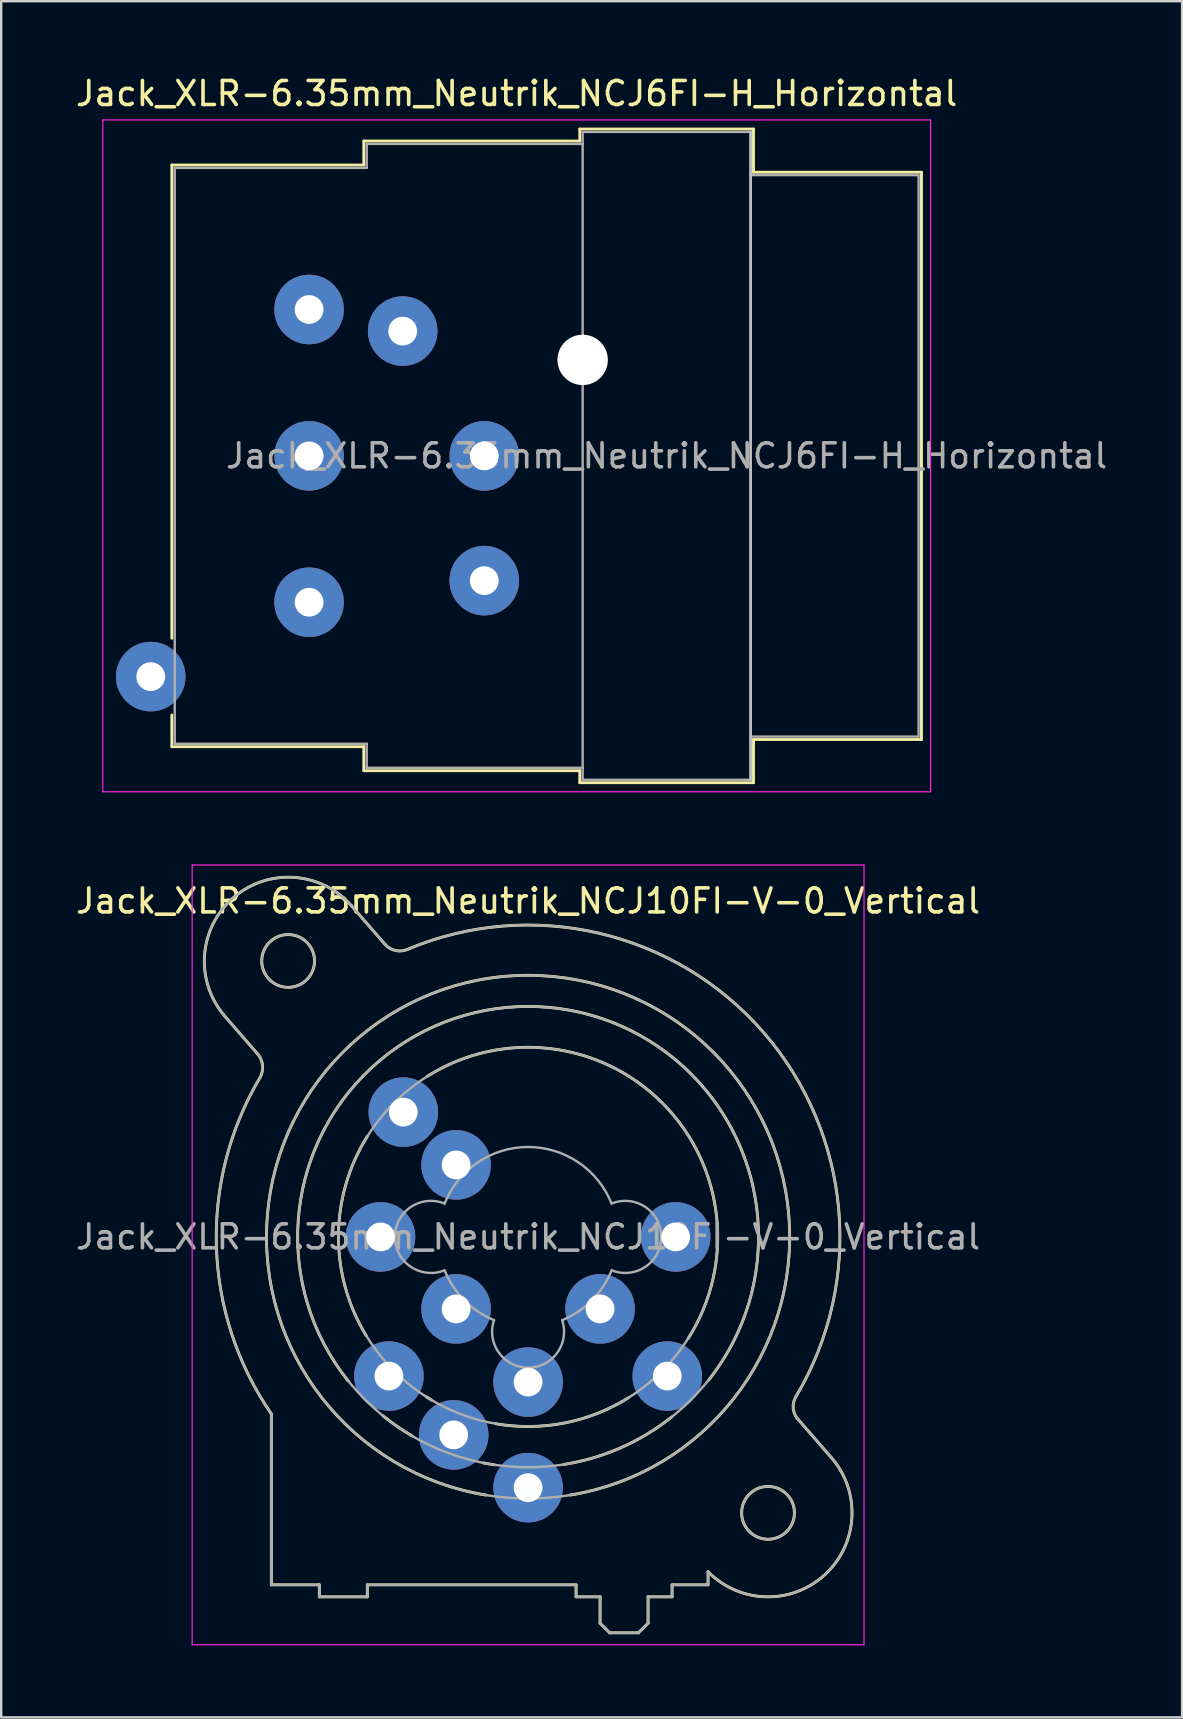
<source format=kicad_pcb>
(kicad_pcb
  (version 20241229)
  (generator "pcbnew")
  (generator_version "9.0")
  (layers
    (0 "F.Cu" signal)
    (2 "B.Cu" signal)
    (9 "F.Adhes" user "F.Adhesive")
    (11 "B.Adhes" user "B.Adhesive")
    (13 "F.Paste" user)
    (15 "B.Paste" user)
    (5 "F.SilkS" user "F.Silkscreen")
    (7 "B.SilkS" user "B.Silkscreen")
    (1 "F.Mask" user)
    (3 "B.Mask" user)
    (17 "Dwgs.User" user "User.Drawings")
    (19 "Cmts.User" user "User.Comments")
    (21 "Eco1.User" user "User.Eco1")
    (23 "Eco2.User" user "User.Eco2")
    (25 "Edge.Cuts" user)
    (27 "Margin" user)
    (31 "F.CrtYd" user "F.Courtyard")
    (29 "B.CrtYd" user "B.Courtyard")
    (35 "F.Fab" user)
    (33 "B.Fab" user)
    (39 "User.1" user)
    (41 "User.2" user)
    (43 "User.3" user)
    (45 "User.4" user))
  (footprint "Jack_XLR-6.35mm_Neutrik_NCJ10FI-V-0_Vertical"
    (layer "F.Cu")
    (at 25.108 48.498)
    (property "Reference" "Jack_XLR-6.35mm_Neutrik_NCJ10FI-V-0_Vertical" (at -6.15 -14 0) (layer "F.SilkS") (effects (font (size 1 1) (thickness 0.15))))
    (attr through_hole)
    (fp_line (start -17.4 -7.6) (end -18.79 -9.2) (stroke (width 0.12) (type solid)) (layer "F.SilkS"))
    (fp_line (start -16.85 14.5) (end -16.85 7.38) (stroke (width 0.12) (type solid)) (layer "F.SilkS"))
    (fp_line (start -14.85 14.5) (end -16.85 14.5) (stroke (width 0.12) (type solid)) (layer "F.SilkS"))
    (fp_line (start -14.85 14.5) (end -14.85 15) (stroke (width 0.12) (type solid)) (layer "F.SilkS"))
    (fp_line (start -13.51 -13.8) (end -12.11 -12.19) (stroke (width 0.12) (type solid)) (layer "F.SilkS"))
    (fp_line (start -12.85 14.5) (end -12.85 15) (stroke (width 0.12) (type solid)) (layer "F.SilkS"))
    (fp_line (start -12.85 15) (end -14.85 15) (stroke (width 0.12) (type solid)) (layer "F.SilkS"))
    (fp_line (start -4.15 14.5) (end -12.85 14.5) (stroke (width 0.12) (type solid)) (layer "F.SilkS"))
    (fp_line (start -4.15 14.5) (end -4.15 15) (stroke (width 0.12) (type solid)) (layer "F.SilkS"))
    (fp_line (start -3.15 15) (end -4.15 15) (stroke (width 0.12) (type solid)) (layer "F.SilkS"))
    (fp_line (start -3.15 15) (end -3.15 16.1) (stroke (width 0.12) (type solid)) (layer "F.SilkS"))
    (fp_line (start -3.15 16.1) (end -2.75 16.5) (stroke (width 0.12) (type solid)) (layer "F.SilkS"))
    (fp_line (start -1.55 16.5) (end -2.75 16.5) (stroke (width 0.12) (type solid)) (layer "F.SilkS"))
    (fp_line (start -1.15 15) (end -1.15 16.1) (stroke (width 0.12) (type solid)) (layer "F.SilkS"))
    (fp_line (start -1.15 16.1) (end -1.55 16.5) (stroke (width 0.12) (type solid)) (layer "F.SilkS"))
    (fp_line (start -0.15 14.5) (end -0.15 15) (stroke (width 0.12) (type solid)) (layer "F.SilkS"))
    (fp_line (start -0.15 15) (end -1.15 15) (stroke (width 0.12) (type solid)) (layer "F.SilkS"))
    (fp_line (start 1.35 13.95) (end 1.35 14.5) (stroke (width 0.12) (type solid)) (layer "F.SilkS"))
    (fp_line (start 1.35 14.5) (end -0.15 14.5) (stroke (width 0.12) (type solid)) (layer "F.SilkS"))
    (fp_line (start 5.1 7.6) (end 6.49 9.2) (stroke (width 0.12) (type solid)) (layer "F.SilkS"))
    (fp_arc (start -18.79 -9.2) (mid -18.45 -14.14) (end -13.51 -13.8) (stroke (width 0.12) (type solid)) (layer "F.SilkS"))
    (fp_arc (start -17.400452 -7.59955) (mid -17.216295 -7.14315) (end -17.31 -6.66) (stroke (width 0.12) (type solid)) (layer "F.SilkS"))
    (fp_arc (start -16.851206 7.374645) (mid -19.139261 0.42462) (end -17.31 -6.66) (stroke (width 0.12) (type solid)) (layer "F.SilkS"))
    (fp_arc (start -13.65 6) (mid -6.168408 -9.604669) (end 1.372943 5.971208) (stroke (width 0.12) (type solid)) (layer "F.SilkS"))
    (fp_arc (start -12.9 4.11) (mid -14.052663 -0.0501) (end -12.847348 -4.195251) (stroke (width 0.12) (type solid)) (layer "F.SilkS"))
    (fp_arc (start -11.201352 -11.974349) (mid 3.655031 -8.530097) (end 5.01 6.66) (stroke (width 0.12) (type solid)) (layer "F.SilkS"))
    (fp_arc (start -11.177539 -11.981856) (mid -11.677484 -11.93489) (end -12.11 -12.19) (stroke (width 0.12) (type solid)) (layer "F.SilkS"))
    (fp_arc (start -10.99 8.29) (mid -11.604845 7.89901) (end -12.188263 7.462512) (stroke (width 0.12) (type solid)) (layer "F.SilkS"))
    (fp_arc (start -10.34 -6.7) (mid -0.544787 -5.570251) (end 0.523653 4.231839) (stroke (width 0.12) (type solid)) (layer "F.SilkS"))
    (fp_arc (start -10.17 6.8) (mid -10.28219 6.732414) (end -10.393245 6.662978) (stroke (width 0.12) (type solid)) (layer "F.SilkS"))
    (fp_arc (start -7.9 10.76) (mid -6.152346 -10.90138) (end -4.395368 10.759246) (stroke (width 0.12) (type solid)) (layer "F.SilkS"))
    (fp_arc (start -7.55 9.5) (mid -7.781688 9.462959) (end -8.012401 9.420269) (stroke (width 0.12) (type solid)) (layer "F.SilkS"))
    (fp_arc (start -1.96 6.7) (mid -4.625828 7.753902) (end -7.492223 7.78746) (stroke (width 0.12) (type solid)) (layer "F.SilkS"))
    (fp_arc (start -0.16 7.5) (mid -2.282236 8.784674) (end -4.662837 9.482534) (stroke (width 0.12) (type solid)) (layer "F.SilkS"))
    (fp_arc (start 5.109394 7.611661) (mid 4.900255 7.152483) (end 5.01 6.66) (stroke (width 0.12) (type solid)) (layer "F.SilkS"))
    (fp_arc (start 6.49 9.2) (mid 6.227307 14.070606) (end 1.351052 13.95252) (stroke (width 0.12) (type solid)) (layer "F.SilkS"))
    (fp_circle (center -16.15 -11.5) (end -15.05 -11.5) (stroke (width 0.12) (type solid)) (fill no) (layer "F.SilkS"))
    (fp_circle (center 3.85 11.5) (end 4.95 11.5) (stroke (width 0.12) (type solid)) (fill no) (layer "F.SilkS"))
    (fp_line (start -20.15 -15.5) (end 7.85 -15.5) (stroke (width 0.05) (type solid)) (layer "F.CrtYd"))
    (fp_line (start -20.15 17) (end -20.15 -15.5) (stroke (width 0.05) (type solid)) (layer "F.CrtYd"))
    (fp_line (start 7.85 -15.5) (end 7.85 17) (stroke (width 0.05) (type solid)) (layer "F.CrtYd"))
    (fp_line (start 7.85 17) (end -20.15 17) (stroke (width 0.05) (type solid)) (layer "F.CrtYd"))
    (fp_line (start -17.4 -7.6) (end -18.79 -9.2) (stroke (width 0.1) (type solid)) (layer "F.Fab"))
    (fp_line (start -16.85 14.5) (end -16.85 7.38) (stroke (width 0.1) (type solid)) (layer "F.Fab"))
    (fp_line (start -14.85 14.5) (end -16.85 14.5) (stroke (width 0.1) (type solid)) (layer "F.Fab"))
    (fp_line (start -14.85 14.5) (end -14.85 15) (stroke (width 0.1) (type solid)) (layer "F.Fab"))
    (fp_line (start -13.51 -13.8) (end -12.11 -12.19) (stroke (width 0.1) (type solid)) (layer "F.Fab"))
    (fp_line (start -12.85 14.5) (end -12.85 15) (stroke (width 0.1) (type solid)) (layer "F.Fab"))
    (fp_line (start -12.85 15) (end -14.85 15) (stroke (width 0.1) (type solid)) (layer "F.Fab"))
    (fp_line (start -4.15 14.5) (end -12.85 14.5) (stroke (width 0.1) (type solid)) (layer "F.Fab"))
    (fp_line (start -4.15 14.5) (end -4.15 15) (stroke (width 0.1) (type solid)) (layer "F.Fab"))
    (fp_line (start -3.15 15) (end -4.15 15) (stroke (width 0.1) (type solid)) (layer "F.Fab"))
    (fp_line (start -3.15 15) (end -3.15 16.1) (stroke (width 0.1) (type solid)) (layer "F.Fab"))
    (fp_line (start -3.15 16.1) (end -2.75 16.5) (stroke (width 0.1) (type solid)) (layer "F.Fab"))
    (fp_line (start -1.55 16.5) (end -2.75 16.5) (stroke (width 0.1) (type solid)) (layer "F.Fab"))
    (fp_line (start -1.15 15) (end -1.15 16.1) (stroke (width 0.1) (type solid)) (layer "F.Fab"))
    (fp_line (start -1.15 16.1) (end -1.55 16.5) (stroke (width 0.1) (type solid)) (layer "F.Fab"))
    (fp_line (start -0.15 14.5) (end -0.15 15) (stroke (width 0.1) (type solid)) (layer "F.Fab"))
    (fp_line (start -0.15 15) (end -1.15 15) (stroke (width 0.1) (type solid)) (layer "F.Fab"))
    (fp_line (start 1.35 13.95) (end 1.35 14.5) (stroke (width 0.1) (type solid)) (layer "F.Fab"))
    (fp_line (start 1.35 14.5) (end -0.15 14.5) (stroke (width 0.1) (type solid)) (layer "F.Fab"))
    (fp_line (start 5.1 7.6) (end 6.49 9.2) (stroke (width 0.1) (type solid)) (layer "F.Fab"))
    (fp_arc (start -18.79 -9.2) (mid -18.45 -14.14) (end -13.51 -13.8) (stroke (width 0.1) (type solid)) (layer "F.Fab"))
    (fp_arc (start -17.400452 -7.59955) (mid -17.216295 -7.14315) (end -17.31 -6.66) (stroke (width 0.1) (type solid)) (layer "F.Fab"))
    (fp_arc (start -16.851206 7.374645) (mid -19.139261 0.42462) (end -17.31 -6.66) (stroke (width 0.1) (type solid)) (layer "F.Fab"))
    (fp_arc (start -11.201352 -11.974349) (mid 3.655031 -8.530097) (end 5.01 6.66) (stroke (width 0.1) (type solid)) (layer "F.Fab"))
    (fp_arc (start -11.177539 -11.981856) (mid -11.677484 -11.93489) (end -12.11 -12.19) (stroke (width 0.1) (type solid)) (layer "F.Fab"))
    (fp_arc (start -9.634717 1.391925) (mid -11.702329 -0.002547) (end -9.63 -1.39) (stroke (width 0.1) (type solid)) (layer "F.Fab"))
    (fp_arc (start -9.631116 -1.387204) (mid -6.151505 -3.747333) (end -2.67 -1.39) (stroke (width 0.1) (type solid)) (layer "F.Fab"))
    (fp_arc (start -7.567529 3.468878) (mid -8.810241 2.639246) (end -9.63 1.39) (stroke (width 0.1) (type solid)) (layer "F.Fab"))
    (fp_arc (start -4.729599 3.471189) (mid -6.150627 5.448932) (end -7.57 3.47) (stroke (width 0.1) (type solid)) (layer "F.Fab"))
    (fp_arc (start -2.667476 1.389002) (mid -3.487046 2.639314) (end -4.73 3.47) (stroke (width 0.1) (type solid)) (layer "F.Fab"))
    (fp_arc (start -2.665283 -1.391925) (mid -0.597671 0.002547) (end -2.67 1.39) (stroke (width 0.1) (type solid)) (layer "F.Fab"))
    (fp_arc (start 5.109394 7.611661) (mid 4.900255 7.152483) (end 5.01 6.66) (stroke (width 0.1) (type solid)) (layer "F.Fab"))
    (fp_arc (start 6.49 9.2) (mid 6.227307 14.070606) (end 1.351052 13.95252) (stroke (width 0.1) (type solid)) (layer "F.Fab"))
    (fp_circle (center -16.15 -11.5) (end -15.05 -11.5) (stroke (width 0.1) (type solid)) (fill no) (layer "F.Fab"))
    (fp_circle (center -6.15 0) (end 1.75 0) (stroke (width 0.1) (type solid)) (fill no) (layer "F.Fab"))
    (fp_circle (center -6.15 0) (end 3.45 0) (stroke (width 0.1) (type solid)) (fill no) (layer "F.Fab"))
    (fp_circle (center -6.15 0) (end 4.75 0) (stroke (width 0.1) (type solid)) (fill no) (layer "F.Fab"))
    (fp_circle (center 3.85 11.5) (end 4.95 11.5) (stroke (width 0.1) (type solid)) (fill no) (layer "F.Fab"))
    (fp_text user "${REFERENCE}" (at -6.15 0 0) (layer "F.Fab") (effects (font (size 1 1) (thickness 0.15))))
    (pad "1" thru_hole circle (at 0 0) (size 2.9 2.9) (drill 1.2) (layers "*.Cu" "*.Mask"))
    (pad "2" thru_hole circle (at -12.3 0) (size 2.9 2.9) (drill 1.2) (layers "*.Cu" "*.Mask"))
    (pad "3" thru_hole circle (at -6.15 6.05) (size 2.9 2.9) (drill 1.2) (layers "*.Cu" "*.Mask"))
    (pad "G" thru_hole circle (at -6.15 10.45) (size 2.9 2.9) (drill 1.2) (layers "*.Cu" "*.Mask"))
    (pad "GN" thru_hole circle (at -9.25 8.25) (size 2.9 2.9) (drill 1.2) (layers "*.Cu" "*.Mask"))
    (pad "R" thru_hole circle (at -0.35 5.8) (size 2.9 2.9) (drill 1.2) (layers "*.Cu" "*.Mask"))
    (pad "RN" thru_hole circle (at -3.15 3) (size 2.9 2.9) (drill 1.2) (layers "*.Cu" "*.Mask"))
    (pad "S" thru_hole circle (at -11.95 5.8) (size 2.9 2.9) (drill 1.2) (layers "*.Cu" "*.Mask"))
    (pad "SN" thru_hole circle (at -9.15 3) (size 2.9 2.9) (drill 1.2) (layers "*.Cu" "*.Mask"))
    (pad "T" thru_hole circle (at -11.35 -5.2) (size 2.9 2.9) (drill 1.2) (layers "*.Cu" "*.Mask"))
    (pad "TN" thru_hole circle (at -9.15 -3) (size 2.9 2.9) (drill 1.2) (layers "*.Cu" "*.Mask")))
  (footprint "Jack_XLR-6.35mm_Neutrik_NCJ6FI-H_Horizontal"
    (layer "F.Cu")
    (at 9.832 9.848)
    (property "Reference" "Jack_XLR-6.35mm_Neutrik_NCJ6FI-H_Horizontal" (at 8.65 -9 0) (layer "F.SilkS") (effects (font (size 1 1) (thickness 0.15))))
    (attr through_hole)
    (fp_line (start -5.72 -6.02) (end -5.72 13.7) (stroke (width 0.12) (type solid)) (layer "F.SilkS"))
    (fp_line (start -5.72 16.9) (end -5.72 18.22) (stroke (width 0.12) (type solid)) (layer "F.SilkS"))
    (fp_line (start 2.28 -7.02) (end 2.28 -6.02) (stroke (width 0.12) (type solid)) (layer "F.SilkS"))
    (fp_line (start 2.28 -6.02) (end -5.72 -6.02) (stroke (width 0.12) (type solid)) (layer "F.SilkS"))
    (fp_line (start 2.28 18.22) (end -5.72 18.22) (stroke (width 0.12) (type solid)) (layer "F.SilkS"))
    (fp_line (start 2.28 19.22) (end 2.28 18.22) (stroke (width 0.12) (type solid)) (layer "F.SilkS"))
    (fp_line (start 11.28 -7.02) (end 2.28 -7.02) (stroke (width 0.12) (type solid)) (layer "F.SilkS"))
    (fp_line (start 11.28 -7.02) (end 11.28 -7.52) (stroke (width 0.12) (type solid)) (layer "F.SilkS"))
    (fp_line (start 11.28 19.22) (end 2.28 19.22) (stroke (width 0.12) (type solid)) (layer "F.SilkS"))
    (fp_line (start 11.28 19.72) (end 11.28 19.22) (stroke (width 0.12) (type solid)) (layer "F.SilkS"))
    (fp_line (start 18.52 -7.52) (end 11.28 -7.52) (stroke (width 0.12) (type solid)) (layer "F.SilkS"))
    (fp_line (start 18.52 -7.52) (end 18.52 -5.72) (stroke (width 0.12) (type solid)) (layer "F.SilkS"))
    (fp_line (start 18.52 -5.72) (end 25.52 -5.72) (stroke (width 0.12) (type solid)) (layer "F.SilkS"))
    (fp_line (start 18.52 17.92) (end 18.52 19.72) (stroke (width 0.12) (type solid)) (layer "F.SilkS"))
    (fp_line (start 18.52 17.92) (end 25.52 17.92) (stroke (width 0.12) (type solid)) (layer "F.SilkS"))
    (fp_line (start 18.52 19.72) (end 11.28 19.72) (stroke (width 0.12) (type solid)) (layer "F.SilkS"))
    (fp_line (start 25.52 -5.72) (end 25.52 17.92) (stroke (width 0.12) (type solid)) (layer "F.SilkS"))
    (fp_line (start 18.4 -7.4) (end 18.4 19.6) (stroke (width 0.1) (type solid)) (layer "Dwgs.User"))
    (fp_line (start -8.6 -7.9) (end -8.6 20.1) (stroke (width 0.05) (type solid)) (layer "F.CrtYd"))
    (fp_line (start 25.9 -7.9) (end -8.6 -7.9) (stroke (width 0.05) (type solid)) (layer "F.CrtYd"))
    (fp_line (start 25.9 -7.9) (end 25.9 20.1) (stroke (width 0.05) (type solid)) (layer "F.CrtYd"))
    (fp_line (start 25.9 20.1) (end -8.6 20.1) (stroke (width 0.05) (type solid)) (layer "F.CrtYd"))
    (fp_line (start -5.6 -5.9) (end -5.6 18.1) (stroke (width 0.1) (type solid)) (layer "F.Fab"))
    (fp_line (start -5.6 18.1) (end 2.4 18.1) (stroke (width 0.1) (type solid)) (layer "F.Fab"))
    (fp_line (start 2.4 -6.9) (end 2.4 -5.9) (stroke (width 0.1) (type solid)) (layer "F.Fab"))
    (fp_line (start 2.4 -5.9) (end -5.6 -5.9) (stroke (width 0.1) (type solid)) (layer "F.Fab"))
    (fp_line (start 2.4 18.1) (end 2.4 19.1) (stroke (width 0.1) (type solid)) (layer "F.Fab"))
    (fp_line (start 2.4 19.1) (end 11.4 19.1) (stroke (width 0.1) (type solid)) (layer "F.Fab"))
    (fp_line (start 11.4 -7.4) (end 18.4 -7.4) (stroke (width 0.1) (type solid)) (layer "F.Fab"))
    (fp_line (start 11.4 -6.9) (end 2.4 -6.9) (stroke (width 0.1) (type solid)) (layer "F.Fab"))
    (fp_line (start 11.4 19.6) (end 11.4 -7.4) (stroke (width 0.1) (type solid)) (layer "F.Fab"))
    (fp_line (start 18.4 -7.4) (end 18.4 19.6) (stroke (width 0.1) (type solid)) (layer "F.Fab"))
    (fp_line (start 18.4 -5.6) (end 25.4 -5.6) (stroke (width 0.1) (type solid)) (layer "F.Fab"))
    (fp_line (start 18.4 19.6) (end 11.4 19.6) (stroke (width 0.1) (type solid)) (layer "F.Fab"))
    (fp_line (start 25.4 -5.6) (end 25.4 17.8) (stroke (width 0.1) (type solid)) (layer "F.Fab"))
    (fp_line (start 25.4 17.8) (end 18.4 17.8) (stroke (width 0.1) (type solid)) (layer "F.Fab"))
    (fp_text user "${REFERENCE}" (at 14.9 6.1 0) (layer "F.Fab") (effects (font (size 1 1) (thickness 0.15))))
    (pad "" np_thru_hole circle (at 11.4 2.1) (size 2.1 2.1) (drill 2.1) (layers "*.Cu" "*.Mask"))
    (pad "1" thru_hole circle (at 0 0) (size 2.9 2.9) (drill 1.2) (layers "*.Cu" "*.Mask"))
    (pad "2" thru_hole circle (at 0 12.2) (size 2.9 2.9) (drill 1.2) (layers "*.Cu" "*.Mask"))
    (pad "3" thru_hole circle (at 0 6.1) (size 2.9 2.9) (drill 1.2) (layers "*.Cu" "*.Mask"))
    (pad "G" thru_hole circle (at 7.3 6.1) (size 2.9 2.9) (drill 1.2) (layers "*.Cu" "*.Mask"))
    (pad "R" thru_hole circle (at 3.9 0.9) (size 2.9 2.9) (drill 1.2) (layers "*.Cu" "*.Mask"))
    (pad "S" thru_hole circle (at 7.3 11.3) (size 2.9 2.9) (drill 1.2) (layers "*.Cu" "*.Mask"))
    (pad "T" thru_hole circle (at -6.6 15.3) (size 2.9 2.9) (drill 1.2) (layers "*.Cu" "*.Mask")))
  (gr_rect
    (start -3 -3)
    (end 46.214 68.523)
    (stroke (width 0.1) (type default))
    (fill no)
    (layer "Edge.Cuts")))
</source>
